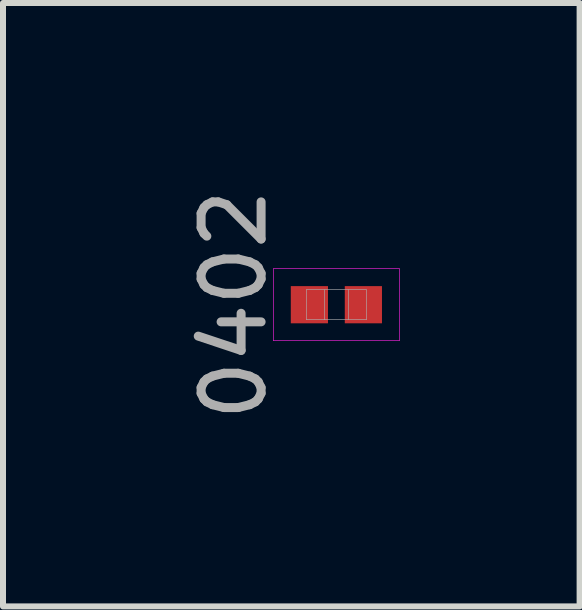
<source format=kicad_pcb>
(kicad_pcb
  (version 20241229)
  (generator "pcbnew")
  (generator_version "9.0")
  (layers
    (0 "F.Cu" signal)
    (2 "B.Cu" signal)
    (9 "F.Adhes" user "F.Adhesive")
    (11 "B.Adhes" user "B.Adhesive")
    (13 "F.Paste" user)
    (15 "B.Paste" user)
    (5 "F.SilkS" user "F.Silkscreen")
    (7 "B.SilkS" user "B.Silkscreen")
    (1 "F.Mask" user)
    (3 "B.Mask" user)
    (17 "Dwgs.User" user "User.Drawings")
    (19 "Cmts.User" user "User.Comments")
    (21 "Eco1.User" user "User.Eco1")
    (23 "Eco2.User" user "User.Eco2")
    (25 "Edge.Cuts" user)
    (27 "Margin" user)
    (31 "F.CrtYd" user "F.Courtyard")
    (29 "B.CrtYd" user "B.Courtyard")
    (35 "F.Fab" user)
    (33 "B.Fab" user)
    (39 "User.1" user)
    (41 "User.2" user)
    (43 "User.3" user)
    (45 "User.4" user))
  (footprint "0402"
    (layer "F.Cu")
    (at 2.558 2.03)
    (property "Reference" "0402" (at -1.71 0 90) (layer "F.Fab") (effects (font (size 1 1) (thickness 0.15))))
    (attr through_hole)
    (fp_line (start -1.05 -0.6) (end 1.05 -0.6) (stroke (width 0.01) (type solid)) (layer "F.CrtYd"))
    (fp_line (start -1.05 0.6) (end -1.05 -0.6) (stroke (width 0.01) (type solid)) (layer "F.CrtYd"))
    (fp_line (start 1.05 -0.6) (end 1.05 0.6) (stroke (width 0.01) (type solid)) (layer "F.CrtYd"))
    (fp_line (start 1.05 0.6) (end -1.05 0.6) (stroke (width 0.01) (type solid)) (layer "F.CrtYd"))
    (fp_line (start -0.5 -0.25) (end 0.5 -0.25) (stroke (width 0.01) (type solid)) (layer "F.Fab"))
    (fp_line (start -0.5 0.25) (end -0.5 -0.25) (stroke (width 0.01) (type solid)) (layer "F.Fab"))
    (fp_line (start -0.2 -0.25) (end -0.2 0.25) (stroke (width 0.01) (type solid)) (layer "F.Fab"))
    (fp_line (start 0.2 -0.25) (end 0.2 0.25) (stroke (width 0.01) (type solid)) (layer "F.Fab"))
    (fp_line (start 0.5 -0.25) (end 0.5 0.25) (stroke (width 0.01) (type solid)) (layer "F.Fab"))
    (fp_line (start 0.5 0.25) (end -0.5 0.25) (stroke (width 0.01) (type solid)) (layer "F.Fab"))
    (pad "1" smd rect (at -0.45 0) (size 0.62 0.62) (layers "F.Cu" "F.Mask" "F.Paste"))
    (pad "2" smd rect (at 0.45 0) (size 0.62 0.62) (layers "F.Cu" "F.Mask" "F.Paste")))
  (gr_rect
    (start -3 -3)
    (end 6.613 7.06)
    (stroke (width 0.1) (type default))
    (fill no)
    (layer "Edge.Cuts")))
</source>
